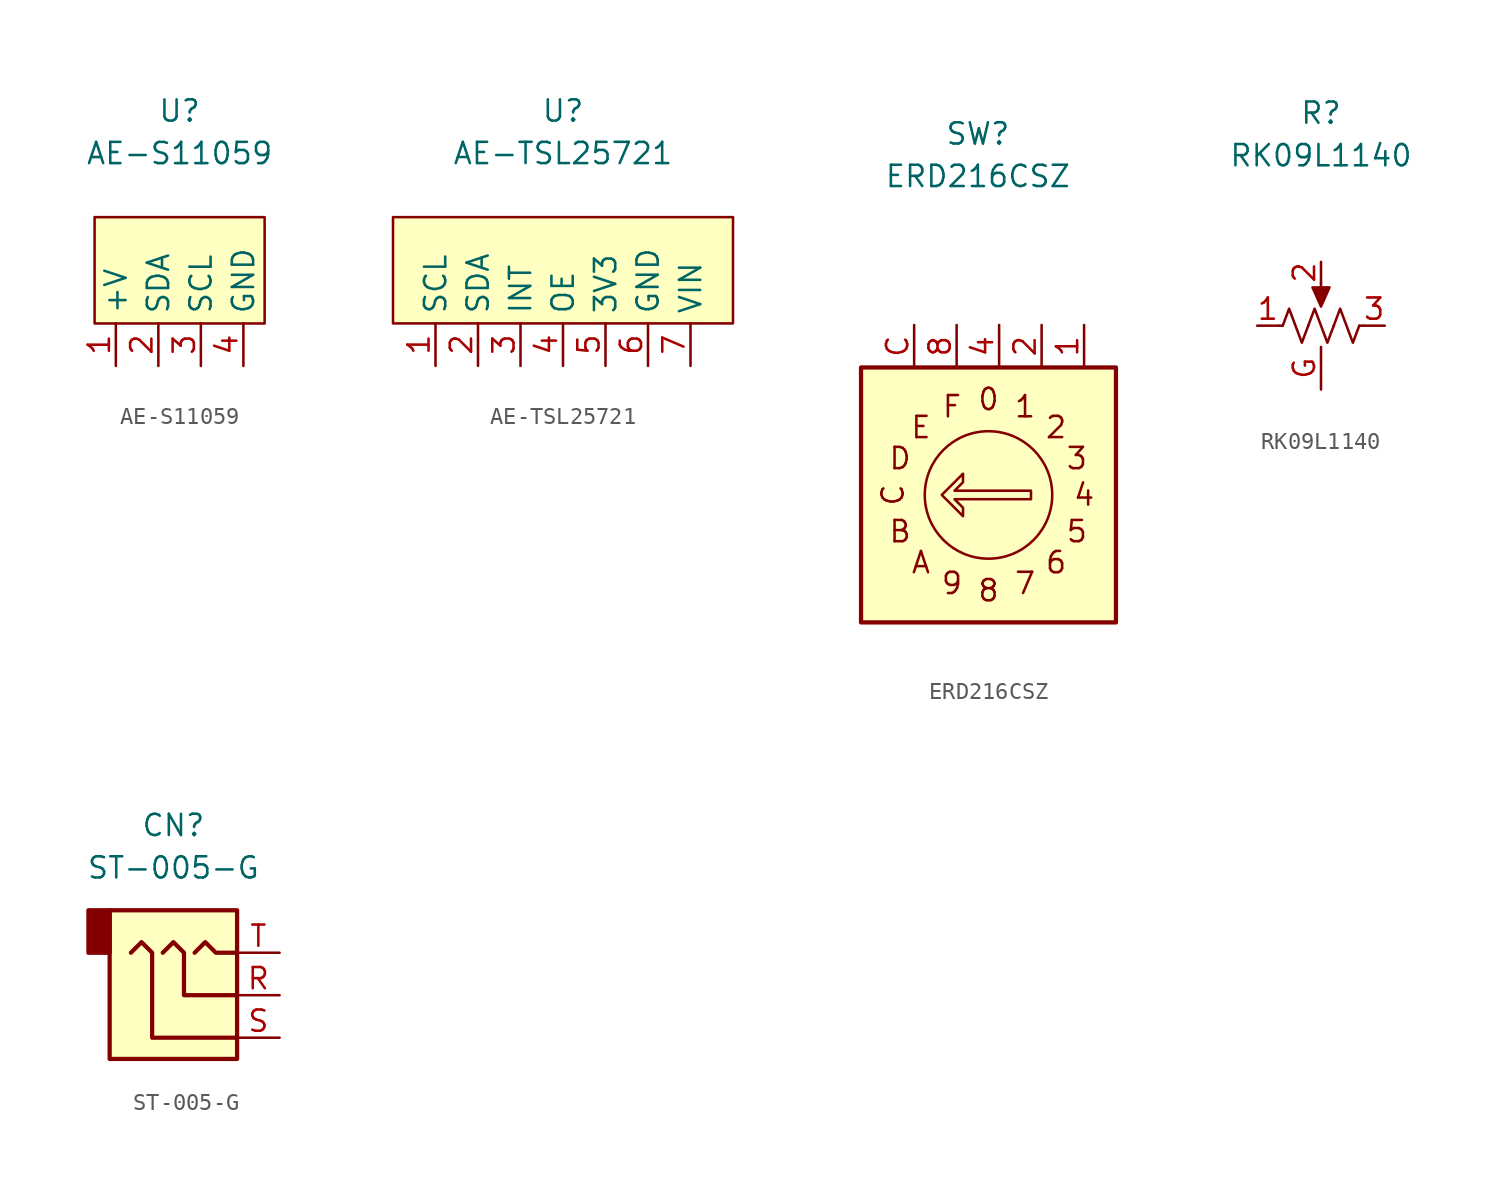
<source format=kicad_sym>
(kicad_symbol_lib
  (version 20211014)
  (generator kicad_symbol_editor)
  (symbol "AE-S11059"
    (property "Reference" "U"
      (at 0 13.97 0)
      (effects (font (size 1.27 1.27))))
    (property "Value" "AE-S11059"
      (at 0 11.43 0)
      (effects (font (size 1.27 1.27))))
    (symbol "AE-S11059_0_1"
      (rectangle (start -5.08 7.62) (end 5.08 1.27) (stroke (width 0) (type default) (color 0 0 0 0)) (fill (type background))))
    (symbol "AE-S11059_1_1"
      (pin passive line (at -3.81 -1.27 90) (length 2.54) (name "+V" (effects (font (size 1.27 1.27)))) (number "1" (effects (font (size 1.27 1.27)))))
      (pin passive line (at -1.27 -1.27 90) (length 2.54) (name "SDA" (effects (font (size 1.27 1.27)))) (number "2" (effects (font (size 1.27 1.27)))))
      (pin passive line (at 1.27 -1.27 90) (length 2.54) (name "SCL" (effects (font (size 1.27 1.27)))) (number "3" (effects (font (size 1.27 1.27)))))
      (pin passive line (at 3.81 -1.27 90) (length 2.54) (name "GND" (effects (font (size 1.27 1.27)))) (number "4" (effects (font (size 1.27 1.27)))))))
  (symbol "AE-TSL25721"
    (property "Reference" "U"
      (at 0 11.43 0)
      (effects (font (size 1.27 1.27))))
    (property "Value" "AE-TSL25721"
      (at 0 8.89 0)
      (effects (font (size 1.27 1.27))))
    (symbol "AE-TSL25721_0_1"
      (rectangle (start -10.16 -1.27) (end 10.16 5.08) (stroke (width 0) (type default) (color 0 0 0 0)) (fill (type background))))
    (symbol "AE-TSL25721_1_1"
      (pin passive line (at -7.62 -3.81 90) (length 2.54) (name "SCL" (effects (font (size 1.27 1.27)))) (number "1" (effects (font (size 1.27 1.27)))))
      (pin passive line (at -5.08 -3.81 90) (length 2.54) (name "SDA" (effects (font (size 1.27 1.27)))) (number "2" (effects (font (size 1.27 1.27)))))
      (pin passive line (at -2.54 -3.81 90) (length 2.54) (name "INT" (effects (font (size 1.27 1.27)))) (number "3" (effects (font (size 1.27 1.27)))))
      (pin passive line (at 0 -3.81 90) (length 2.54) (name "OE" (effects (font (size 1.27 1.27)))) (number "4" (effects (font (size 1.27 1.27)))))
      (pin passive line (at 2.54 -3.81 90) (length 2.54) (name "3V3" (effects (font (size 1.27 1.27)))) (number "5" (effects (font (size 1.27 1.27)))))
      (pin passive line (at 5.08 -3.81 90) (length 2.54) (name "GND" (effects (font (size 1.27 1.27)))) (number "6" (effects (font (size 1.27 1.27)))))
      (pin passive line (at 7.62 -3.81 90) (length 2.54) (name "VIN" (effects (font (size 1.27 1.27)))) (number "7" (effects (font (size 1.27 1.27)))))))
  (symbol "ERD216CSZ"
    (property "Reference" "SW"
      (at 0 17.78 0)
      (effects (font (size 1.27 1.27))))
    (property "Value" "ERD216CSZ"
      (at 0 15.24 0)
      (effects (font (size 1.27 1.27))))
    (symbol "ERD216CSZ_0_0"
      (text "0" (at 0.635 1.905 0) (effects (font (size 1.27 1.27))))
      (text "1" (at 2.819 1.473 0) (effects (font (size 1.27 1.27))))
      (text "2" (at 4.674 0.229 0) (effects (font (size 1.27 1.27))))
      (text "3" (at 5.918 -1.626 0) (effects (font (size 1.27 1.27))))
      (text "4" (at 6.35 -3.81 0) (effects (font (size 1.27 1.27))))
      (text "5" (at 5.918 -5.994 0) (effects (font (size 1.27 1.27))))
      (text "6" (at 4.674 -7.849 0) (effects (font (size 1.27 1.27))))
      (text "7" (at 2.819 -9.093 0) (effects (font (size 1.27 1.27))))
      (text "8" (at 0.635 -9.525 0) (effects (font (size 1.27 1.27))))
      (text "9" (at -1.549 -9.093 0) (effects (font (size 1.27 1.27))))
      (text "A" (at -3.404 -7.849 0) (effects (font (size 1.27 1.27))))
      (text "B" (at -4.648 -5.994 0) (effects (font (size 1.27 1.27))))
      (text "C" (at -5.08 -3.81 900) (effects (font (size 1.27 1.27))))
      (text "D" (at -4.648 -1.626 0) (effects (font (size 1.27 1.27))))
      (text "E" (at -3.404 0.229 0) (effects (font (size 1.27 1.27))))
      (text "F" (at -1.549 1.473 0) (effects (font (size 1.27 1.27)))))
    (symbol "ERD216CSZ_0_1"
      (rectangle (start -6.985 3.81) (end 8.255 -11.43) (stroke (width 0.254) (type default) (color 0 0 0 0)) (fill (type background)))
      (polyline (pts (xy 3.175 -4.064) (xy -1.397 -4.064) (xy -0.889 -4.572) (xy -0.889 -5.08) (xy -2.159 -3.81) (xy -0.889 -2.54) (xy -0.889 -3.048) (xy -1.397 -3.556) (xy 3.175 -3.556) (xy 3.175 -4.064) (xy 3.175 -4.064)) (stroke (width 0) (type default) (color 0 0 0 0)) (fill (type none)))
      (circle (center 0.635 -3.81) (radius 3.81) (stroke (width 0) (type default) (color 0 0 0 0)) (fill (type none))))
    (symbol "ERD216CSZ_1_1"
      (pin passive line (at 6.35 6.35 270) (length 2.54) (name "~" (effects (font (size 1.27 1.27)))) (number "1" (effects (font (size 1.27 1.27)))))
      (pin passive line (at 3.81 6.35 270) (length 2.54) (name "~" (effects (font (size 1.27 1.27)))) (number "2" (effects (font (size 1.27 1.27)))))
      (pin passive line (at 1.27 6.35 270) (length 2.54) (name "~" (effects (font (size 1.27 1.27)))) (number "4" (effects (font (size 1.27 1.27)))))
      (pin passive line (at -1.27 6.35 270) (length 2.54) (name "~" (effects (font (size 1.27 1.27)))) (number "8" (effects (font (size 1.27 1.27)))))
      (pin passive line (at -3.81 6.35 270) (length 2.54) (name "~" (effects (font (size 1.27 1.27)))) (number "C" (effects (font (size 1.27 1.27)))))))
  (symbol "RK09L1140"
    (property "Reference" "R"
      (at 0 11.43 0)
      (effects (font (size 1.27 1.27))))
    (property "Value" "RK09L1140"
      (at 0 8.89 0)
      (effects (font (size 1.27 1.27))))
    (symbol "RK09L1140_0_1"
      (polyline (pts (xy -2.54 -1.27) (xy -2.286 -1.27)) (stroke (width 0) (type default) (color 0 0 0 0)) (fill (type none)))
      (polyline (pts (xy 0 1.27) (xy 0 0.254)) (stroke (width 0) (type default) (color 0 0 0 0)) (fill (type none)))
      (polyline (pts (xy 2.286 -1.27) (xy 2.54 -1.27)) (stroke (width 0) (type default) (color 0 0 0 0)) (fill (type none)))
      (polyline (pts (xy 0 -0.127) (xy -0.508 1.016) (xy 0.508 1.016) (xy 0 -0.127)) (stroke (width 0) (type default) (color 0 0 0 0)) (fill (type outline)))
      (polyline (pts (xy -2.286 -1.27) (xy -1.905 -0.254) (xy -1.524 -1.27) (xy -1.143 -2.286) (xy -0.762 -1.27)) (stroke (width 0) (type default) (color 0 0 0 0)) (fill (type none)))
      (polyline (pts (xy -0.762 -1.27) (xy -0.381 -0.254) (xy 0 -1.27) (xy 0.381 -2.286) (xy 0.762 -1.27)) (stroke (width 0) (type default) (color 0 0 0 0)) (fill (type none)))
      (polyline (pts (xy 0.762 -1.27) (xy 1.143 -0.254) (xy 1.524 -1.27) (xy 1.905 -2.286) (xy 2.286 -1.27)) (stroke (width 0) (type default) (color 0 0 0 0)) (fill (type none))))
    (symbol "RK09L1140_1_1"
      (pin passive line (at -3.81 -1.27 0) (length 1.27) (name "~" (effects (font (size 1.27 1.27)))) (number "1" (effects (font (size 1.27 1.27)))))
      (pin passive line (at 0 2.54 270) (length 1.27) (name "~" (effects (font (size 1.27 1.27)))) (number "2" (effects (font (size 1.27 1.27)))))
      (pin passive line (at 3.81 -1.27 180) (length 1.27) (name "~" (effects (font (size 1.27 1.27)))) (number "3" (effects (font (size 1.27 1.27)))))
      (pin passive line (at 0 -5.08 90) (length 2.54) (name "~" (effects (font (size 1.27 1.27)))) (number "G" (effects (font (size 1.27 1.27)))))))
  (symbol "ST-005-G"
    (property "Reference" "CN"
      (at 0 10.16 0)
      (effects (font (size 1.27 1.27))))
    (property "Value" "ST-005-G"
      (at 0 7.62 0)
      (effects (font (size 1.27 1.27))))
    (symbol "ST-005-G_0_1"
      (rectangle (start -5.08 2.54) (end -3.81 5.08) (stroke (width 0.254) (type default) (color 0 0 0 0)) (fill (type outline)))
      (rectangle (start -3.81 5.08) (end 3.81 -3.81) (stroke (width 0.254) (type default) (color 0 0 0 0)) (fill (type background)))
      (polyline (pts (xy 1.27 2.54) (xy 1.905 3.175) (xy 2.54 2.54) (xy 3.81 2.54)) (stroke (width 0.254) (type default) (color 0 0 0 0)) (fill (type none)))
      (polyline (pts (xy -0.635 2.54) (xy 0 3.175) (xy 0.635 2.54) (xy 0.635 0) (xy 3.81 0)) (stroke (width 0.254) (type default) (color 0 0 0 0)) (fill (type none)))
      (polyline (pts (xy 3.81 -2.54) (xy -1.27 -2.54) (xy -1.27 2.54) (xy -1.905 3.175) (xy -2.54 2.54)) (stroke (width 0.254) (type default) (color 0 0 0 0)) (fill (type none))))
    (symbol "ST-005-G_1_1"
      (pin passive line (at 6.35 0 180) (length 2.54) (name "~" (effects (font (size 1.27 1.27)))) (number "R" (effects (font (size 1.27 1.27)))))
      (pin passive line (at 6.35 -2.54 180) (length 2.54) (name "~" (effects (font (size 1.27 1.27)))) (number "S" (effects (font (size 1.27 1.27)))))
      (pin passive line (at 6.35 2.54 180) (length 2.54) (name "~" (effects (font (size 1.27 1.27)))) (number "T" (effects (font (size 1.27 1.27))))))))
</source>
